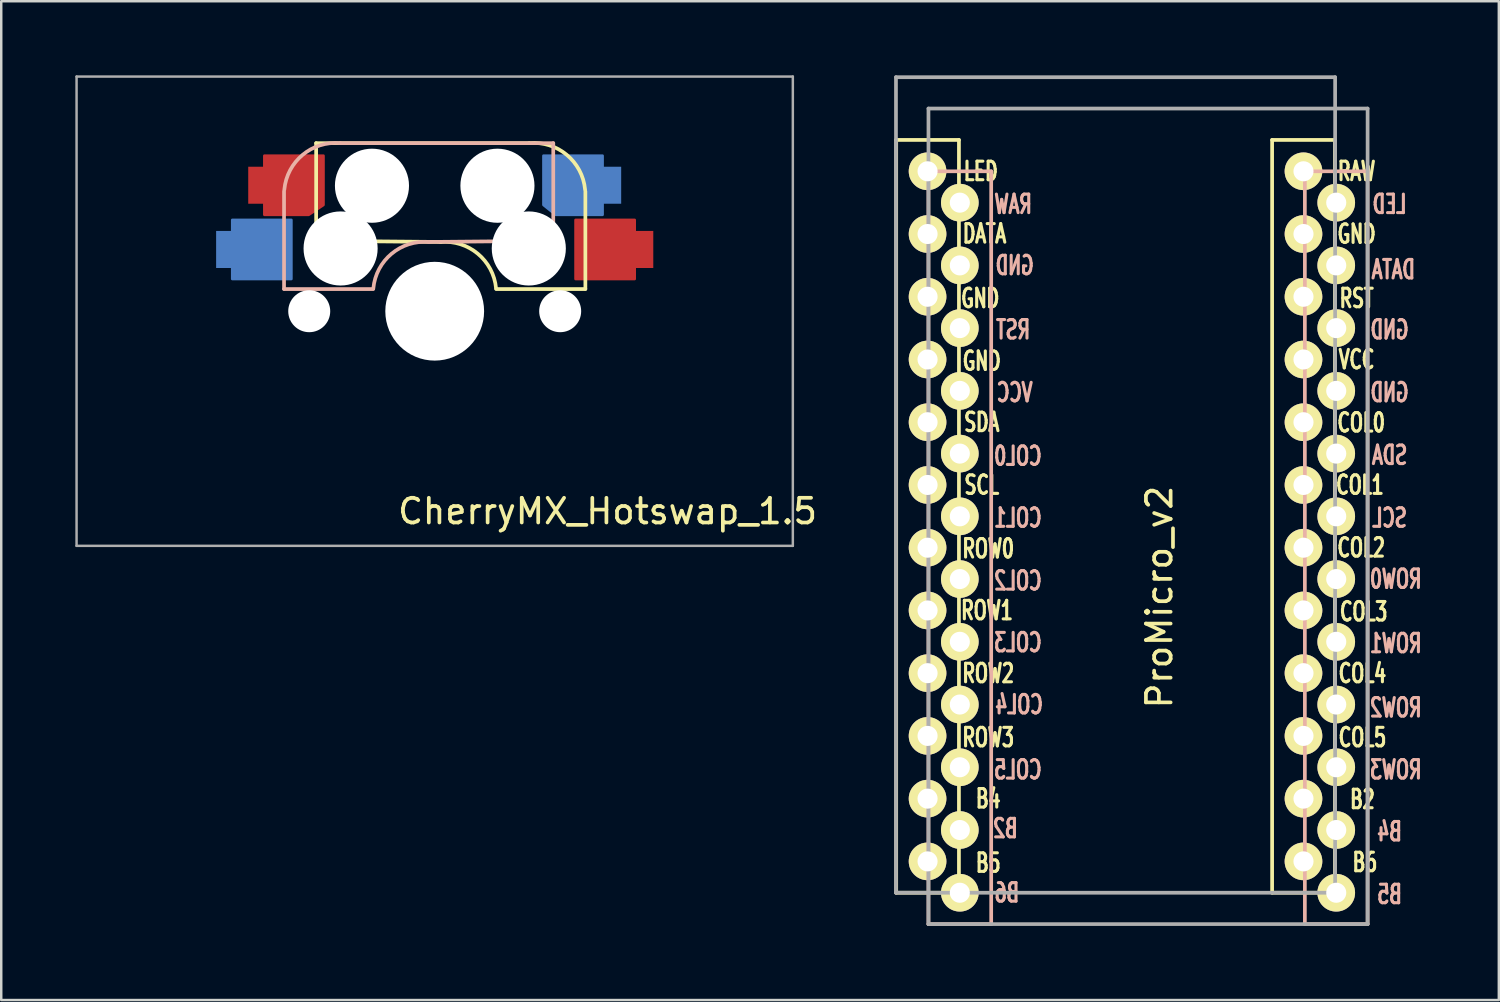
<source format=kicad_pcb>
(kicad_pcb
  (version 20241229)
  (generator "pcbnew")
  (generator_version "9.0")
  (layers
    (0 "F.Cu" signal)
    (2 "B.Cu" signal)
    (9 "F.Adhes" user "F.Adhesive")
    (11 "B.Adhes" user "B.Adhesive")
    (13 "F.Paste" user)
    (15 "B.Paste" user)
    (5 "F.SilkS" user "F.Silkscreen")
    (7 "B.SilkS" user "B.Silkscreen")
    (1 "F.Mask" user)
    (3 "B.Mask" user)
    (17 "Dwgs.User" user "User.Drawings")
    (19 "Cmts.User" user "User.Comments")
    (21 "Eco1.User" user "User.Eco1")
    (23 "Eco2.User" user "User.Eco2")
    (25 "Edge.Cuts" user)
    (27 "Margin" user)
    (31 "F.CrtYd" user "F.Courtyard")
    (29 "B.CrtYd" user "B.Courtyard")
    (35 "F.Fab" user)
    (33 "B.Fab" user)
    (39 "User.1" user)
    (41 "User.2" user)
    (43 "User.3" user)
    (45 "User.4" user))
  (footprint "ProMicro_v2"
    (layer "F.Cu")
    (at 45.161 18.363)
    (property "Reference" "ProMicro_v2" (at -1.27 2.762 90) (layer "F.SilkS") (effects (font (size 1 1) (thickness 0.15))))
    (attr through_hole)
    (fp_line (start -11.926 -15.748) (end -11.926 14.732) (stroke (width 0.15) (type solid)) (layer "F.SilkS"))
    (fp_line (start -11.926 14.732) (end -9.386 14.732) (stroke (width 0.15) (type solid)) (layer "F.SilkS"))
    (fp_line (start -9.386 -15.748) (end -11.926 -15.748) (stroke (width 0.15) (type solid)) (layer "F.SilkS"))
    (fp_line (start -9.386 14.732) (end -9.386 -15.748) (stroke (width 0.15) (type solid)) (layer "F.SilkS"))
    (fp_line (start 3.294 -15.748) (end 3.294 14.732) (stroke (width 0.15) (type solid)) (layer "F.SilkS"))
    (fp_line (start 3.294 14.732) (end 5.834 14.732) (stroke (width 0.15) (type solid)) (layer "F.SilkS"))
    (fp_line (start 5.834 -15.748) (end 3.294 -15.748) (stroke (width 0.15) (type solid)) (layer "F.SilkS"))
    (fp_line (start 5.834 14.732) (end 5.834 -15.748) (stroke (width 0.15) (type solid)) (layer "F.SilkS"))
    (fp_line (start -10.62 -14.478) (end -10.62 16.002) (stroke (width 0.15) (type solid)) (layer "B.SilkS"))
    (fp_line (start -10.62 16.002) (end -8.08 16.002) (stroke (width 0.15) (type solid)) (layer "B.SilkS"))
    (fp_line (start -8.08 -14.478) (end -10.62 -14.478) (stroke (width 0.15) (type solid)) (layer "B.SilkS"))
    (fp_line (start -8.08 16.002) (end -8.08 -14.478) (stroke (width 0.15) (type solid)) (layer "B.SilkS"))
    (fp_line (start 4.62 -14.478) (end 4.62 16.002) (stroke (width 0.15) (type solid)) (layer "B.SilkS"))
    (fp_line (start 4.62 16.002) (end 7.16 16.002) (stroke (width 0.15) (type solid)) (layer "B.SilkS"))
    (fp_line (start 7.16 -14.478) (end 4.62 -14.478) (stroke (width 0.15) (type solid)) (layer "B.SilkS"))
    (fp_line (start 7.16 16.002) (end 7.16 -14.478) (stroke (width 0.15) (type solid)) (layer "B.SilkS"))
    (fp_line (start -11.935 -18.288) (end -11.935 14.732) (stroke (width 0.15) (type solid)) (layer "F.Fab"))
    (fp_line (start -11.935 14.732) (end 5.845 14.732) (stroke (width 0.15) (type solid)) (layer "F.Fab"))
    (fp_line (start -10.62 -17.018) (end -10.62 16.002) (stroke (width 0.15) (type solid)) (layer "F.Fab"))
    (fp_line (start -10.62 16.002) (end 7.16 16.002) (stroke (width 0.15) (type solid)) (layer "F.Fab"))
    (fp_line (start 5.845 -18.288) (end -11.935 -18.288) (stroke (width 0.15) (type solid)) (layer "F.Fab"))
    (fp_line (start 5.845 14.732) (end 5.845 -18.288) (stroke (width 0.15) (type solid)) (layer "F.Fab"))
    (fp_line (start 7.16 -17.018) (end -10.62 -17.018) (stroke (width 0.15) (type solid)) (layer "F.Fab"))
    (fp_line (start 7.16 16.002) (end 7.16 -17.018) (stroke (width 0.15) (type solid)) (layer "F.Fab"))
    (fp_text user "B6" (at 7.05 13.5 0) (layer "F.SilkS") (effects (font (size 0.75 0.5) (thickness 0.125))))
    (fp_text user "LED" (at -8.5 -14.478 0) (layer "F.SilkS") (effects (font (size 0.75 0.5) (thickness 0.125))))
    (fp_text user "GND" (at -8.461 -6.795 0) (layer "F.SilkS") (effects (font (size 0.75 0.5) (thickness 0.125))))
    (fp_text user "COL5" (at 6.95 8.445 0) (layer "F.SilkS") (effects (font (size 0.75 0.5) (thickness 0.125))))
    (fp_text user "COL4" (at 6.95 5.85 0) (layer "F.SilkS") (effects (font (size 0.75 0.5) (thickness 0.125))))
    (fp_text user "B5" (at -8.2 13.525 0) (layer "F.SilkS") (effects (font (size 0.75 0.5) (thickness 0.125))))
    (fp_text user "SDA" (at -8.461 -4.318 0) (layer "F.SilkS") (effects (font (size 0.75 0.5) (thickness 0.125))))
    (fp_text user "ROW0" (at -8.2 0.8 0) (layer "F.SilkS") (effects (font (size 0.75 0.5) (thickness 0.125))))
    (fp_text user "" (at -2.5 -17.25 0) (layer "F.SilkS") (effects (font (size 1 1) (thickness 0.15))))
    (fp_text user "DATA" (at -8.35 -11.95 0) (layer "F.SilkS") (effects (font (size 0.75 0.5) (thickness 0.125))))
    (fp_text user "B4" (at -8.2 10.922 0) (layer "F.SilkS") (effects (font (size 0.75 0.5) (thickness 0.125))))
    (fp_text user "B2" (at 6.95 10.95 0) (layer "F.SilkS") (effects (font (size 0.75 0.5) (thickness 0.125))))
    (fp_text user "ROW2" (at -8.2 5.85 0) (layer "F.SilkS") (effects (font (size 0.75 0.5) (thickness 0.125))))
    (fp_text user "SCL" (at -8.461 -1.778 0) (layer "F.SilkS") (effects (font (size 0.75 0.5) (thickness 0.125))))
    (fp_text user "COL2" (at 6.9 0.762 0) (layer "F.SilkS") (effects (font (size 0.75 0.5) (thickness 0.125))))
    (fp_text user "COL1" (at 6.85 -1.778 0) (layer "F.SilkS") (effects (font (size 0.75 0.5) (thickness 0.125))))
    (fp_text user "RST" (at 6.715 -9.335 0) (layer "F.SilkS") (effects (font (size 0.75 0.5) (thickness 0.125))))
    (fp_text user "ROW3" (at -8.2 8.445 0) (layer "F.SilkS") (effects (font (size 0.75 0.5) (thickness 0.125))))
    (fp_text user "GND" (at 6.715 -11.938 0) (layer "F.SilkS") (effects (font (size 0.75 0.5) (thickness 0.125))))
    (fp_text user "COL3" (at 7 3.35 0) (layer "F.SilkS") (effects (font (size 0.75 0.5) (thickness 0.125))))
    (fp_text user "VCC" (at 6.715 -6.858 0) (layer "F.SilkS") (effects (font (size 0.75 0.5) (thickness 0.125))))
    (fp_text user "GND" (at -8.524 -9.335 0) (layer "F.SilkS") (effects (font (size 0.75 0.5) (thickness 0.125))))
    (fp_text user "RAW" (at 6.715 -14.478 0) (layer "F.SilkS") (effects (font (size 0.75 0.5) (thickness 0.125))))
    (fp_text user "ROW1" (at -8.25 3.302 0) (layer "F.SilkS") (effects (font (size 0.75 0.5) (thickness 0.125))))
    (fp_text user "COL0" (at 6.9 -4.3 0) (layer "F.SilkS") (effects (font (size 0.75 0.5) (thickness 0.125))))
    (fp_text user "GND" (at 8.049 -5.524 0) (layer "B.SilkS") (effects (font (size 0.75 0.5) (thickness 0.125)) (justify mirror)))
    (fp_text user "B2" (at -7.508 12.129 0) (layer "B.SilkS") (effects (font (size 0.75 0.5) (thickness 0.125)) (justify mirror)))
    (fp_text user "B4" (at 8.049 12.255 0) (layer "B.SilkS") (effects (font (size 0.75 0.5) (thickness 0.125)) (justify mirror)))
    (fp_text user "DATA" (at 8.2 -10.5 0) (layer "B.SilkS") (effects (font (size 0.75 0.5) (thickness 0.125)) (justify mirror)))
    (fp_text user "VCC" (at -7.128 -5.524 0) (layer "B.SilkS") (effects (font (size 0.75 0.5) (thickness 0.125)) (justify mirror)))
    (fp_text user "COL3" (at -7 4.6 0) (layer "B.SilkS") (effects (font (size 0.75 0.5) (thickness 0.125)) (justify mirror)))
    (fp_text user "COL5" (at -7 9.75 0) (layer "B.SilkS") (effects (font (size 0.75 0.5) (thickness 0.125)) (justify mirror)))
    (fp_text user "COL1" (at -7 -0.445 0) (layer "B.SilkS") (effects (font (size 0.75 0.5) (thickness 0.125)) (justify mirror)))
    (fp_text user "ROW3" (at 8.3 9.75 0) (layer "B.SilkS") (effects (font (size 0.75 0.5) (thickness 0.125)) (justify mirror)))
    (fp_text user "RST" (at -7.191 -8.065 0) (layer "B.SilkS") (effects (font (size 0.75 0.5) (thickness 0.125)) (justify mirror)))
    (fp_text user "LED" (at 8.049 -13.145 0) (layer "B.SilkS") (effects (font (size 0.75 0.5) (thickness 0.125)) (justify mirror)))
    (fp_text user "COL0" (at -7 -2.95 0) (layer "B.SilkS") (effects (font (size 0.75 0.5) (thickness 0.125)) (justify mirror)))
    (fp_text user "" (at -1.794 -16.256 0) (layer "B.SilkS") (effects (font (size 1 1) (thickness 0.15)) (justify mirror)))
    (fp_text user "SCL" (at 8.049 -0.445 0) (layer "B.SilkS") (effects (font (size 0.75 0.5) (thickness 0.125)) (justify mirror)))
    (fp_text user "COL2" (at -7 2.1 0) (layer "B.SilkS") (effects (font (size 0.75 0.5) (thickness 0.125)) (justify mirror)))
    (fp_text user "RAW" (at -7.191 -13.145 0) (layer "B.SilkS") (effects (font (size 0.75 0.5) (thickness 0.125)) (justify mirror)))
    (fp_text user "ROW0" (at 8.3 2.032 0) (layer "B.SilkS") (effects (font (size 0.75 0.5) (thickness 0.125)) (justify mirror)))
    (fp_text user "GND" (at 8.049 -8.065 0) (layer "B.SilkS") (effects (font (size 0.75 0.5) (thickness 0.125)) (justify mirror)))
    (fp_text user "GND" (at -7.128 -10.668 0) (layer "B.SilkS") (effects (font (size 0.75 0.5) (thickness 0.125)) (justify mirror)))
    (fp_text user "SDA" (at 8.049 -2.985 0) (layer "B.SilkS") (effects (font (size 0.75 0.5) (thickness 0.125)) (justify mirror)))
    (fp_text user "B6" (at -7.445 14.732 0) (layer "B.SilkS") (effects (font (size 0.75 0.5) (thickness 0.125)) (justify mirror)))
    (fp_text user "ROW1" (at 8.3 4.636 0) (layer "B.SilkS") (effects (font (size 0.75 0.5) (thickness 0.125)) (justify mirror)))
    (fp_text user "B5" (at 8.049 14.796 0) (layer "B.SilkS") (effects (font (size 0.75 0.5) (thickness 0.125)) (justify mirror)))
    (fp_text user "COL4" (at -6.95 7.112 0) (layer "B.SilkS") (effects (font (size 0.75 0.5) (thickness 0.125)) (justify mirror)))
    (fp_text user "ROW2" (at 8.3 7.239 0) (layer "B.SilkS") (effects (font (size 0.75 0.5) (thickness 0.125)) (justify mirror)))
    (pad "1" thru_hole circle (at -10.656 -14.478) (size 1.524 1.524) (drill 0.813) (layers "*.Cu" "*.Mask" "F.SilkS"))
    (pad "1" thru_hole circle (at 5.89 -13.208) (size 1.524 1.524) (drill 0.813) (layers "*.Cu" "*.Mask" "F.SilkS"))
    (pad "2" thru_hole circle (at -10.656 -11.938) (size 1.524 1.524) (drill 0.813) (layers "*.Cu" "*.Mask" "F.SilkS"))
    (pad "2" thru_hole circle (at 5.89 -10.668) (size 1.524 1.524) (drill 0.813) (layers "*.Cu" "*.Mask" "F.SilkS"))
    (pad "3" thru_hole circle (at -10.656 -9.398) (size 1.524 1.524) (drill 0.813) (layers "*.Cu" "*.Mask" "F.SilkS"))
    (pad "3" thru_hole circle (at 5.89 -8.128) (size 1.524 1.524) (drill 0.813) (layers "*.Cu" "*.Mask" "F.SilkS"))
    (pad "4" thru_hole circle (at -10.656 -6.858) (size 1.524 1.524) (drill 0.813) (layers "*.Cu" "*.Mask" "F.SilkS"))
    (pad "4" thru_hole circle (at 5.89 -5.588) (size 1.524 1.524) (drill 0.813) (layers "*.Cu" "*.Mask" "F.SilkS"))
    (pad "5" thru_hole circle (at -10.656 -4.318) (size 1.524 1.524) (drill 0.813) (layers "*.Cu" "*.Mask" "F.SilkS"))
    (pad "5" thru_hole circle (at 5.89 -3.048) (size 1.524 1.524) (drill 0.813) (layers "*.Cu" "*.Mask" "F.SilkS"))
    (pad "6" thru_hole circle (at -10.656 -1.778) (size 1.524 1.524) (drill 0.813) (layers "*.Cu" "*.Mask" "F.SilkS"))
    (pad "6" thru_hole circle (at 5.89 -0.508) (size 1.524 1.524) (drill 0.813) (layers "*.Cu" "*.Mask" "F.SilkS"))
    (pad "7" thru_hole circle (at -10.656 0.762) (size 1.524 1.524) (drill 0.813) (layers "*.Cu" "*.Mask" "F.SilkS"))
    (pad "7" thru_hole circle (at 5.89 2.032) (size 1.524 1.524) (drill 0.813) (layers "*.Cu" "*.Mask" "F.SilkS"))
    (pad "8" thru_hole circle (at -10.656 3.302) (size 1.524 1.524) (drill 0.813) (layers "*.Cu" "*.Mask" "F.SilkS"))
    (pad "8" thru_hole circle (at 5.89 4.572) (size 1.524 1.524) (drill 0.813) (layers "*.Cu" "*.Mask" "F.SilkS"))
    (pad "9" thru_hole circle (at -10.656 5.842) (size 1.524 1.524) (drill 0.813) (layers "*.Cu" "*.Mask" "F.SilkS"))
    (pad "9" thru_hole circle (at 5.89 7.112) (size 1.524 1.524) (drill 0.813) (layers "*.Cu" "*.Mask" "F.SilkS"))
    (pad "10" thru_hole circle (at -10.656 8.382) (size 1.524 1.524) (drill 0.813) (layers "*.Cu" "*.Mask" "F.SilkS"))
    (pad "10" thru_hole circle (at 5.89 9.652) (size 1.524 1.524) (drill 0.813) (layers "*.Cu" "*.Mask" "F.SilkS"))
    (pad "11" thru_hole circle (at -10.656 10.922) (size 1.524 1.524) (drill 0.813) (layers "*.Cu" "*.Mask" "F.SilkS"))
    (pad "11" thru_hole circle (at 5.89 12.192) (size 1.524 1.524) (drill 0.813) (layers "*.Cu" "*.Mask" "F.SilkS"))
    (pad "12" thru_hole circle (at -10.656 13.462) (size 1.524 1.524) (drill 0.813) (layers "*.Cu" "*.Mask" "F.SilkS"))
    (pad "12" thru_hole circle (at 5.89 14.732) (size 1.524 1.524) (drill 0.813) (layers "*.Cu" "*.Mask" "F.SilkS"))
    (pad "13" thru_hole circle (at -9.35 14.732) (size 1.524 1.524) (drill 0.813) (layers "*.Cu" "*.Mask" "F.SilkS"))
    (pad "13" thru_hole circle (at 4.564 13.462) (size 1.524 1.524) (drill 0.813) (layers "*.Cu" "*.Mask" "F.SilkS"))
    (pad "14" thru_hole circle (at -9.35 12.192) (size 1.524 1.524) (drill 0.813) (layers "*.Cu" "*.Mask" "F.SilkS"))
    (pad "14" thru_hole circle (at 4.564 10.922) (size 1.524 1.524) (drill 0.813) (layers "*.Cu" "*.Mask" "F.SilkS"))
    (pad "15" thru_hole circle (at -9.35 9.652) (size 1.524 1.524) (drill 0.813) (layers "*.Cu" "*.Mask" "F.SilkS"))
    (pad "15" thru_hole circle (at 4.564 8.382) (size 1.524 1.524) (drill 0.813) (layers "*.Cu" "*.Mask" "F.SilkS"))
    (pad "16" thru_hole circle (at -9.35 7.112) (size 1.524 1.524) (drill 0.813) (layers "*.Cu" "*.Mask" "F.SilkS"))
    (pad "16" thru_hole circle (at 4.564 5.842) (size 1.524 1.524) (drill 0.813) (layers "*.Cu" "*.Mask" "F.SilkS"))
    (pad "17" thru_hole circle (at -9.35 4.572) (size 1.524 1.524) (drill 0.813) (layers "*.Cu" "*.Mask" "F.SilkS"))
    (pad "17" thru_hole circle (at 4.564 3.302) (size 1.524 1.524) (drill 0.813) (layers "*.Cu" "*.Mask" "F.SilkS"))
    (pad "18" thru_hole circle (at -9.35 2.032) (size 1.524 1.524) (drill 0.813) (layers "*.Cu" "*.Mask" "F.SilkS"))
    (pad "18" thru_hole circle (at 4.564 0.762) (size 1.524 1.524) (drill 0.813) (layers "*.Cu" "*.Mask" "F.SilkS"))
    (pad "19" thru_hole circle (at -9.35 -0.508) (size 1.524 1.524) (drill 0.813) (layers "*.Cu" "*.Mask" "F.SilkS"))
    (pad "19" thru_hole circle (at 4.564 -1.778) (size 1.524 1.524) (drill 0.813) (layers "*.Cu" "*.Mask" "F.SilkS"))
    (pad "20" thru_hole circle (at -9.35 -3.048) (size 1.524 1.524) (drill 0.813) (layers "*.Cu" "*.Mask" "F.SilkS"))
    (pad "20" thru_hole circle (at 4.564 -4.318) (size 1.524 1.524) (drill 0.813) (layers "*.Cu" "*.Mask" "F.SilkS"))
    (pad "21" thru_hole circle (at -9.35 -5.588) (size 1.524 1.524) (drill 0.813) (layers "*.Cu" "*.Mask" "F.SilkS"))
    (pad "21" thru_hole circle (at 4.564 -6.858) (size 1.524 1.524) (drill 0.813) (layers "*.Cu" "*.Mask" "F.SilkS"))
    (pad "22" thru_hole circle (at -9.35 -8.128) (size 1.524 1.524) (drill 0.813) (layers "*.Cu" "*.Mask" "F.SilkS"))
    (pad "22" thru_hole circle (at 4.564 -9.398) (size 1.524 1.524) (drill 0.813) (layers "*.Cu" "*.Mask" "F.SilkS"))
    (pad "23" thru_hole circle (at -9.35 -10.668) (size 1.524 1.524) (drill 0.813) (layers "*.Cu" "*.Mask" "F.SilkS"))
    (pad "23" thru_hole circle (at 4.564 -11.938) (size 1.524 1.524) (drill 0.813) (layers "*.Cu" "*.Mask" "F.SilkS"))
    (pad "24" thru_hole circle (at -9.35 -13.208) (size 1.524 1.524) (drill 0.813) (layers "*.Cu" "*.Mask" "F.SilkS"))
    (pad "24" thru_hole circle (at 4.564 -14.478) (size 1.524 1.524) (drill 0.813) (layers "*.Cu" "*.Mask" "F.SilkS")))
  (footprint "CherryMX_Hotswap_1.5"
    (layer "F.Cu")
    (at 14.55 9.55)
    (property "Reference" "CherryMX_Hotswap_1.5" (at 7 8.1 0) (layer "F.SilkS") (effects (font (size 1 1) (thickness 0.15))))
    (attr through_hole)
    (fp_line (start -4.8 -6.804) (end 3.825 -6.804) (stroke (width 0.15) (type solid)) (layer "F.SilkS"))
    (fp_line (start -4.8 -2.896) (end -4.8 -6.804) (stroke (width 0.15) (type solid)) (layer "F.SilkS"))
    (fp_line (start -4.8 -2.85) (end 0.25 -2.804) (stroke (width 0.15) (type solid)) (layer "F.SilkS"))
    (fp_line (start 6.1 -4.85) (end 6.1 -0.905) (stroke (width 0.15) (type solid)) (layer "F.SilkS"))
    (fp_line (start 6.1 -0.896) (end 2.49 -0.896) (stroke (width 0.15) (type solid)) (layer "F.SilkS"))
    (fp_arc (start 0.225 -2.8) (mid 1.744361 -2.328062) (end 2.485001 -0.920001) (stroke (width 0.15) (type solid)) (layer "F.SilkS"))
    (fp_arc (start 3.825 -6.804) (mid 5.347189 -6.33089) (end 6.089 -4.92) (stroke (width 0.15) (type solid)) (layer "F.SilkS"))
    (fp_line (start -6.1 -4.85) (end -6.1 -0.905) (stroke (width 0.15) (type solid)) (layer "B.SilkS"))
    (fp_line (start -6.1 -0.896) (end -2.49 -0.896) (stroke (width 0.15) (type solid)) (layer "B.SilkS"))
    (fp_line (start 4.8 -6.804) (end -3.825 -6.804) (stroke (width 0.15) (type solid)) (layer "B.SilkS"))
    (fp_line (start 4.8 -2.896) (end 4.8 -6.804) (stroke (width 0.15) (type solid)) (layer "B.SilkS"))
    (fp_line (start 4.8 -2.85) (end -0.25 -2.804) (stroke (width 0.15) (type solid)) (layer "B.SilkS"))
    (fp_arc (start -6.089 -4.92) (mid -5.347189 -6.33089) (end -3.825 -6.804) (stroke (width 0.15) (type solid)) (layer "B.SilkS"))
    (fp_arc (start -2.484999 -0.920001) (mid -1.74436 -2.328062) (end -0.225 -2.8) (stroke (width 0.15) (type solid)) (layer "B.SilkS"))
    (fp_line (start -7 -7) (end 7 -7) (stroke (width 0.15) (type solid)) (layer "Eco2.User"))
    (fp_line (start -7 7) (end -7 -7) (stroke (width 0.15) (type solid)) (layer "Eco2.User"))
    (fp_line (start 7 -7) (end 7 7) (stroke (width 0.15) (type solid)) (layer "Eco2.User"))
    (fp_line (start 7 7) (end -7 7) (stroke (width 0.15) (type solid)) (layer "Eco2.User"))
    (fp_line (start -14.5 -9.5) (end 14.5 -9.5) (stroke (width 0.1) (type solid)) (layer "F.Fab"))
    (fp_line (start -14.5 9.5) (end -14.5 -9.5) (stroke (width 0.1) (type solid)) (layer "F.Fab"))
    (fp_line (start 14.5 -9.5) (end 14.5 9.5) (stroke (width 0.1) (type solid)) (layer "F.Fab"))
    (fp_line (start 14.5 9.5) (end -14.5 9.5) (stroke (width 0.1) (type solid)) (layer "F.Fab"))
    (pad "" np_thru_hole circle (at -5.08 0) (size 1.7 1.7) (drill 1.7) (layers "*.Cu" "*.Mask"))
    (pad "" np_thru_hole circle (at -3.81 -2.54 180) (size 3 3) (drill 3) (layers "*.Cu" "*.Mask"))
    (pad "" np_thru_hole circle (at -2.54 -5.08 180) (size 3 3) (drill 3) (layers "*.Cu" "*.Mask"))
    (pad "" np_thru_hole circle (at 0 0 90) (size 4 4) (drill 4) (layers "*.Cu" "*.Mask"))
    (pad "" np_thru_hole circle (at 2.54 -5.08 180) (size 3 3) (drill 3) (layers "*.Cu" "*.Mask"))
    (pad "" np_thru_hole circle (at 3.81 -2.54 180) (size 3 3) (drill 3) (layers "*.Cu" "*.Mask"))
    (pad "" np_thru_hole circle (at 5.08 0) (size 1.7 1.7) (drill 1.7) (layers "*.Cu" "*.Mask"))
    (pad "1" smd custom (at -8.5 -2.5) (size 0.7 1.5) (layers "B.Cu" "B.Mask" "B.Paste") (options (anchor rect)) (primitives (gr_poly (pts (xy 0.3 -1.2) (xy 2.7 -1.2) (xy 2.7 1.2) (xy 0.3 1.2)) (width 0.1) (fill yes))))
    (pad "1" smd custom (at -7.2 -5.1) (size 0.7 1.5) (layers "F.Cu" "F.Mask" "F.Paste") (options (anchor rect)) (primitives (gr_poly (pts (xy 0.3 -1.2) (xy 0.3 1.2) (xy 2.1 1.2) (xy 2.7 0.8) (xy 2.7 -1.2)) (width 0.1) (fill yes))))
    (pad "2" smd custom (at 7.2 -5.1) (size 0.7 1.5) (layers "B.Cu" "B.Mask" "B.Paste") (options (anchor rect)) (primitives (gr_poly (pts (xy -0.4 -1.2) (xy -2.8 -1.2) (xy -2.8 0.8) (xy -2.3 1.2) (xy -0.4 1.2)) (width 0.1) (fill yes))))
    (pad "2" smd custom (at 8.5 -2.5) (size 0.7 1.5) (layers "F.Cu" "F.Mask" "F.Paste") (options (anchor rect)) (primitives (gr_poly (pts (xy -2.8 -1.2) (xy -0.4 -1.2) (xy -0.4 1.2) (xy -2.8 1.2)) (width 0.1) (fill yes)))))
  (gr_rect
    (start -3 -3)
    (end 57.634 37.44)
    (stroke (width 0.1) (type default))
    (fill no)
    (layer "Edge.Cuts")))
</source>
